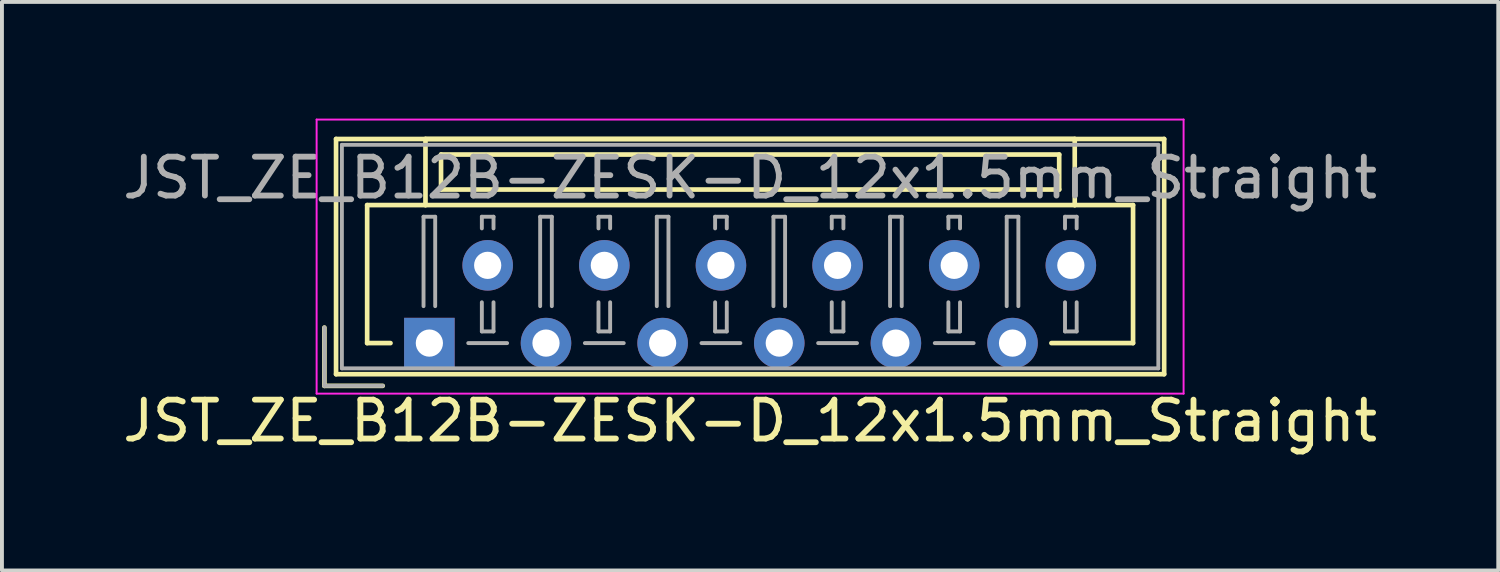
<source format=kicad_pcb>
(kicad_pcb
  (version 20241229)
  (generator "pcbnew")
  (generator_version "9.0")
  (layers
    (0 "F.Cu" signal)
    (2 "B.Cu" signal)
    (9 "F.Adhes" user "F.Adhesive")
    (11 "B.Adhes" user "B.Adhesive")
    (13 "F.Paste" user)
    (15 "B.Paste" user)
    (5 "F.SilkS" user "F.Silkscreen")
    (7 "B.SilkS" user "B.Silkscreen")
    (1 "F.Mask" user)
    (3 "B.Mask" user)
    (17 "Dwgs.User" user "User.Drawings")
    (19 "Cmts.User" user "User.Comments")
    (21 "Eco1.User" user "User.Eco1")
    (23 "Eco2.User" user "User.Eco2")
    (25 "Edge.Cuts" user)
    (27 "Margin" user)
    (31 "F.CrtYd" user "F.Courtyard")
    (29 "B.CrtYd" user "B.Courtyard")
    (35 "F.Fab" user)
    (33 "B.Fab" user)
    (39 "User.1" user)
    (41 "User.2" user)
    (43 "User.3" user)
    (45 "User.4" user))
  (footprint "JST_ZE_B12B-ZESK-D_12x1.5mm_Straight"
    (layer "F.Cu")
    (at 7.994 5.775)
    (property "Reference" "JST_ZE_B12B-ZESK-D_12x1.5mm_Straight" (at 8.25 2 0) (layer "F.SilkS") (effects (font (size 1 1) (thickness 0.15))))
    (attr through_hole)
    (fp_line (start -2.7 -0.4) (end -2.7 1.1) (stroke (width 0.12) (type solid)) (layer "F.SilkS"))
    (fp_line (start -2.7 1.1) (end -1.2 1.1) (stroke (width 0.12) (type solid)) (layer "F.SilkS"))
    (fp_line (start -2.4 -5.25) (end -2.4 0.8) (stroke (width 0.12) (type solid)) (layer "F.SilkS"))
    (fp_line (start -2.4 0.8) (end 18.9 0.8) (stroke (width 0.12) (type solid)) (layer "F.SilkS"))
    (fp_line (start -1.6 -3.55) (end -1.6 0) (stroke (width 0.12) (type solid)) (layer "F.SilkS"))
    (fp_line (start -1.6 0) (end -1 0) (stroke (width 0.12) (type solid)) (layer "F.SilkS"))
    (fp_line (start -0.1 -5.25) (end -0.1 -3.55) (stroke (width 0.12) (type solid)) (layer "F.SilkS"))
    (fp_line (start -0.1 -3.55) (end -1.6 -3.55) (stroke (width 0.12) (type solid)) (layer "F.SilkS"))
    (fp_line (start -0.1 -3.55) (end 16.6 -3.55) (stroke (width 0.12) (type solid)) (layer "F.SilkS"))
    (fp_line (start 0.3 -4.85) (end 0.3 -3.95) (stroke (width 0.12) (type solid)) (layer "F.SilkS"))
    (fp_line (start 0.3 -3.95) (end 16.2 -3.95) (stroke (width 0.12) (type solid)) (layer "F.SilkS"))
    (fp_line (start 16.2 -4.85) (end 0.3 -4.85) (stroke (width 0.12) (type solid)) (layer "F.SilkS"))
    (fp_line (start 16.2 -3.95) (end 16.2 -4.85) (stroke (width 0.12) (type solid)) (layer "F.SilkS"))
    (fp_line (start 16.6 -5.25) (end -0.1 -5.25) (stroke (width 0.12) (type solid)) (layer "F.SilkS"))
    (fp_line (start 16.6 -3.55) (end 16.6 -5.25) (stroke (width 0.12) (type solid)) (layer "F.SilkS"))
    (fp_line (start 16.6 -3.55) (end 18.1 -3.55) (stroke (width 0.12) (type solid)) (layer "F.SilkS"))
    (fp_line (start 18.1 -3.55) (end 18.1 0) (stroke (width 0.12) (type solid)) (layer "F.SilkS"))
    (fp_line (start 18.1 0) (end 16 0) (stroke (width 0.12) (type solid)) (layer "F.SilkS"))
    (fp_line (start 18.9 -5.25) (end -2.4 -5.25) (stroke (width 0.12) (type solid)) (layer "F.SilkS"))
    (fp_line (start 18.9 0.8) (end 18.9 -5.25) (stroke (width 0.12) (type solid)) (layer "F.SilkS"))
    (fp_line (start -2.9 -5.75) (end -2.9 1.3) (stroke (width 0.05) (type solid)) (layer "F.CrtYd"))
    (fp_line (start -2.9 1.3) (end 19.4 1.3) (stroke (width 0.05) (type solid)) (layer "F.CrtYd"))
    (fp_line (start 19.4 -5.75) (end -2.9 -5.75) (stroke (width 0.05) (type solid)) (layer "F.CrtYd"))
    (fp_line (start 19.4 1.3) (end 19.4 -5.75) (stroke (width 0.05) (type solid)) (layer "F.CrtYd"))
    (fp_line (start -2.7 -0.4) (end -2.7 1.1) (stroke (width 0.1) (type solid)) (layer "F.Fab"))
    (fp_line (start -2.7 1.1) (end -1.2 1.1) (stroke (width 0.1) (type solid)) (layer "F.Fab"))
    (fp_line (start -2.25 -5.1) (end -2.25 0.65) (stroke (width 0.1) (type solid)) (layer "F.Fab"))
    (fp_line (start -2.25 0.65) (end 18.75 0.65) (stroke (width 0.1) (type solid)) (layer "F.Fab"))
    (fp_line (start -0.15 -3.25) (end 0.15 -3.25) (stroke (width 0.1) (type solid)) (layer "F.Fab"))
    (fp_line (start -0.15 -0.95) (end -0.15 -3.25) (stroke (width 0.1) (type solid)) (layer "F.Fab"))
    (fp_line (start 0.15 -3.25) (end 0.15 -0.95) (stroke (width 0.1) (type solid)) (layer "F.Fab"))
    (fp_line (start 1 0) (end 2 0) (stroke (width 0.1) (type solid)) (layer "F.Fab"))
    (fp_line (start 1.35 -3.25) (end 1.65 -3.25) (stroke (width 0.1) (type solid)) (layer "F.Fab"))
    (fp_line (start 1.35 -2.95) (end 1.35 -3.25) (stroke (width 0.1) (type solid)) (layer "F.Fab"))
    (fp_line (start 1.35 -1.05) (end 1.35 -0.3) (stroke (width 0.1) (type solid)) (layer "F.Fab"))
    (fp_line (start 1.35 -0.3) (end 1.65 -0.3) (stroke (width 0.1) (type solid)) (layer "F.Fab"))
    (fp_line (start 1.65 -3.25) (end 1.65 -2.95) (stroke (width 0.1) (type solid)) (layer "F.Fab"))
    (fp_line (start 1.65 -0.3) (end 1.65 -1.05) (stroke (width 0.1) (type solid)) (layer "F.Fab"))
    (fp_line (start 2.85 -3.25) (end 3.15 -3.25) (stroke (width 0.1) (type solid)) (layer "F.Fab"))
    (fp_line (start 2.85 -0.95) (end 2.85 -3.25) (stroke (width 0.1) (type solid)) (layer "F.Fab"))
    (fp_line (start 3.15 -3.25) (end 3.15 -0.95) (stroke (width 0.1) (type solid)) (layer "F.Fab"))
    (fp_line (start 4 0) (end 5 0) (stroke (width 0.1) (type solid)) (layer "F.Fab"))
    (fp_line (start 4.35 -3.25) (end 4.65 -3.25) (stroke (width 0.1) (type solid)) (layer "F.Fab"))
    (fp_line (start 4.35 -2.95) (end 4.35 -3.25) (stroke (width 0.1) (type solid)) (layer "F.Fab"))
    (fp_line (start 4.35 -1.05) (end 4.35 -0.3) (stroke (width 0.1) (type solid)) (layer "F.Fab"))
    (fp_line (start 4.35 -0.3) (end 4.65 -0.3) (stroke (width 0.1) (type solid)) (layer "F.Fab"))
    (fp_line (start 4.65 -3.25) (end 4.65 -2.95) (stroke (width 0.1) (type solid)) (layer "F.Fab"))
    (fp_line (start 4.65 -0.3) (end 4.65 -1.05) (stroke (width 0.1) (type solid)) (layer "F.Fab"))
    (fp_line (start 5.85 -3.25) (end 6.15 -3.25) (stroke (width 0.1) (type solid)) (layer "F.Fab"))
    (fp_line (start 5.85 -0.95) (end 5.85 -3.25) (stroke (width 0.1) (type solid)) (layer "F.Fab"))
    (fp_line (start 6.15 -3.25) (end 6.15 -0.95) (stroke (width 0.1) (type solid)) (layer "F.Fab"))
    (fp_line (start 7 0) (end 8 0) (stroke (width 0.1) (type solid)) (layer "F.Fab"))
    (fp_line (start 7.35 -3.25) (end 7.65 -3.25) (stroke (width 0.1) (type solid)) (layer "F.Fab"))
    (fp_line (start 7.35 -2.95) (end 7.35 -3.25) (stroke (width 0.1) (type solid)) (layer "F.Fab"))
    (fp_line (start 7.35 -1.05) (end 7.35 -0.3) (stroke (width 0.1) (type solid)) (layer "F.Fab"))
    (fp_line (start 7.35 -0.3) (end 7.65 -0.3) (stroke (width 0.1) (type solid)) (layer "F.Fab"))
    (fp_line (start 7.65 -3.25) (end 7.65 -2.95) (stroke (width 0.1) (type solid)) (layer "F.Fab"))
    (fp_line (start 7.65 -0.3) (end 7.65 -1.05) (stroke (width 0.1) (type solid)) (layer "F.Fab"))
    (fp_line (start 8.85 -3.25) (end 9.15 -3.25) (stroke (width 0.1) (type solid)) (layer "F.Fab"))
    (fp_line (start 8.85 -0.95) (end 8.85 -3.25) (stroke (width 0.1) (type solid)) (layer "F.Fab"))
    (fp_line (start 9.15 -3.25) (end 9.15 -0.95) (stroke (width 0.1) (type solid)) (layer "F.Fab"))
    (fp_line (start 10 0) (end 11 0) (stroke (width 0.1) (type solid)) (layer "F.Fab"))
    (fp_line (start 10.35 -3.25) (end 10.65 -3.25) (stroke (width 0.1) (type solid)) (layer "F.Fab"))
    (fp_line (start 10.35 -2.95) (end 10.35 -3.25) (stroke (width 0.1) (type solid)) (layer "F.Fab"))
    (fp_line (start 10.35 -1.05) (end 10.35 -0.3) (stroke (width 0.1) (type solid)) (layer "F.Fab"))
    (fp_line (start 10.35 -0.3) (end 10.65 -0.3) (stroke (width 0.1) (type solid)) (layer "F.Fab"))
    (fp_line (start 10.65 -3.25) (end 10.65 -2.95) (stroke (width 0.1) (type solid)) (layer "F.Fab"))
    (fp_line (start 10.65 -0.3) (end 10.65 -1.05) (stroke (width 0.1) (type solid)) (layer "F.Fab"))
    (fp_line (start 11.85 -3.25) (end 12.15 -3.25) (stroke (width 0.1) (type solid)) (layer "F.Fab"))
    (fp_line (start 11.85 -0.95) (end 11.85 -3.25) (stroke (width 0.1) (type solid)) (layer "F.Fab"))
    (fp_line (start 12.15 -3.25) (end 12.15 -0.95) (stroke (width 0.1) (type solid)) (layer "F.Fab"))
    (fp_line (start 13 0) (end 14 0) (stroke (width 0.1) (type solid)) (layer "F.Fab"))
    (fp_line (start 13.35 -3.25) (end 13.65 -3.25) (stroke (width 0.1) (type solid)) (layer "F.Fab"))
    (fp_line (start 13.35 -2.95) (end 13.35 -3.25) (stroke (width 0.1) (type solid)) (layer "F.Fab"))
    (fp_line (start 13.35 -1.05) (end 13.35 -0.3) (stroke (width 0.1) (type solid)) (layer "F.Fab"))
    (fp_line (start 13.35 -0.3) (end 13.65 -0.3) (stroke (width 0.1) (type solid)) (layer "F.Fab"))
    (fp_line (start 13.65 -3.25) (end 13.65 -2.95) (stroke (width 0.1) (type solid)) (layer "F.Fab"))
    (fp_line (start 13.65 -0.3) (end 13.65 -1.05) (stroke (width 0.1) (type solid)) (layer "F.Fab"))
    (fp_line (start 14.85 -3.25) (end 15.15 -3.25) (stroke (width 0.1) (type solid)) (layer "F.Fab"))
    (fp_line (start 14.85 -0.95) (end 14.85 -3.25) (stroke (width 0.1) (type solid)) (layer "F.Fab"))
    (fp_line (start 15.15 -3.25) (end 15.15 -0.95) (stroke (width 0.1) (type solid)) (layer "F.Fab"))
    (fp_line (start 16.35 -3.25) (end 16.65 -3.25) (stroke (width 0.1) (type solid)) (layer "F.Fab"))
    (fp_line (start 16.35 -2.95) (end 16.35 -3.25) (stroke (width 0.1) (type solid)) (layer "F.Fab"))
    (fp_line (start 16.35 -1.05) (end 16.35 -0.3) (stroke (width 0.1) (type solid)) (layer "F.Fab"))
    (fp_line (start 16.35 -0.3) (end 16.65 -0.3) (stroke (width 0.1) (type solid)) (layer "F.Fab"))
    (fp_line (start 16.65 -3.25) (end 16.65 -2.95) (stroke (width 0.1) (type solid)) (layer "F.Fab"))
    (fp_line (start 16.65 -0.3) (end 16.65 -1.05) (stroke (width 0.1) (type solid)) (layer "F.Fab"))
    (fp_line (start 18.75 -5.1) (end -2.25 -5.1) (stroke (width 0.1) (type solid)) (layer "F.Fab"))
    (fp_line (start 18.75 0.65) (end 18.75 -5.1) (stroke (width 0.1) (type solid)) (layer "F.Fab"))
    (fp_text user "${REFERENCE}" (at 8.25 -4.25 0) (layer "F.Fab") (effects (font (size 1 1) (thickness 0.15))))
    (pad "1" thru_hole rect (at 0 0) (size 1.3 1.3) (drill 0.7) (layers "*.Cu" "*.Mask"))
    (pad "2" thru_hole circle (at 1.5 -2) (size 1.3 1.3) (drill 0.7) (layers "*.Cu" "*.Mask"))
    (pad "3" thru_hole circle (at 3 0) (size 1.3 1.3) (drill 0.7) (layers "*.Cu" "*.Mask"))
    (pad "4" thru_hole circle (at 4.5 -2) (size 1.3 1.3) (drill 0.7) (layers "*.Cu" "*.Mask"))
    (pad "5" thru_hole circle (at 6 0) (size 1.3 1.3) (drill 0.7) (layers "*.Cu" "*.Mask"))
    (pad "6" thru_hole circle (at 7.5 -2) (size 1.3 1.3) (drill 0.7) (layers "*.Cu" "*.Mask"))
    (pad "7" thru_hole circle (at 9 0) (size 1.3 1.3) (drill 0.7) (layers "*.Cu" "*.Mask"))
    (pad "8" thru_hole circle (at 10.5 -2) (size 1.3 1.3) (drill 0.7) (layers "*.Cu" "*.Mask"))
    (pad "9" thru_hole circle (at 12 0) (size 1.3 1.3) (drill 0.7) (layers "*.Cu" "*.Mask"))
    (pad "10" thru_hole circle (at 13.5 -2) (size 1.3 1.3) (drill 0.7) (layers "*.Cu" "*.Mask"))
    (pad "11" thru_hole circle (at 15 0) (size 1.3 1.3) (drill 0.7) (layers "*.Cu" "*.Mask"))
    (pad "12" thru_hole circle (at 16.5 -2) (size 1.3 1.3) (drill 0.7) (layers "*.Cu" "*.Mask")))
  (gr_rect
    (start -3 -3)
    (end 35.488 11.623)
    (stroke (width 0.1) (type default))
    (fill no)
    (layer "Edge.Cuts")))
</source>
